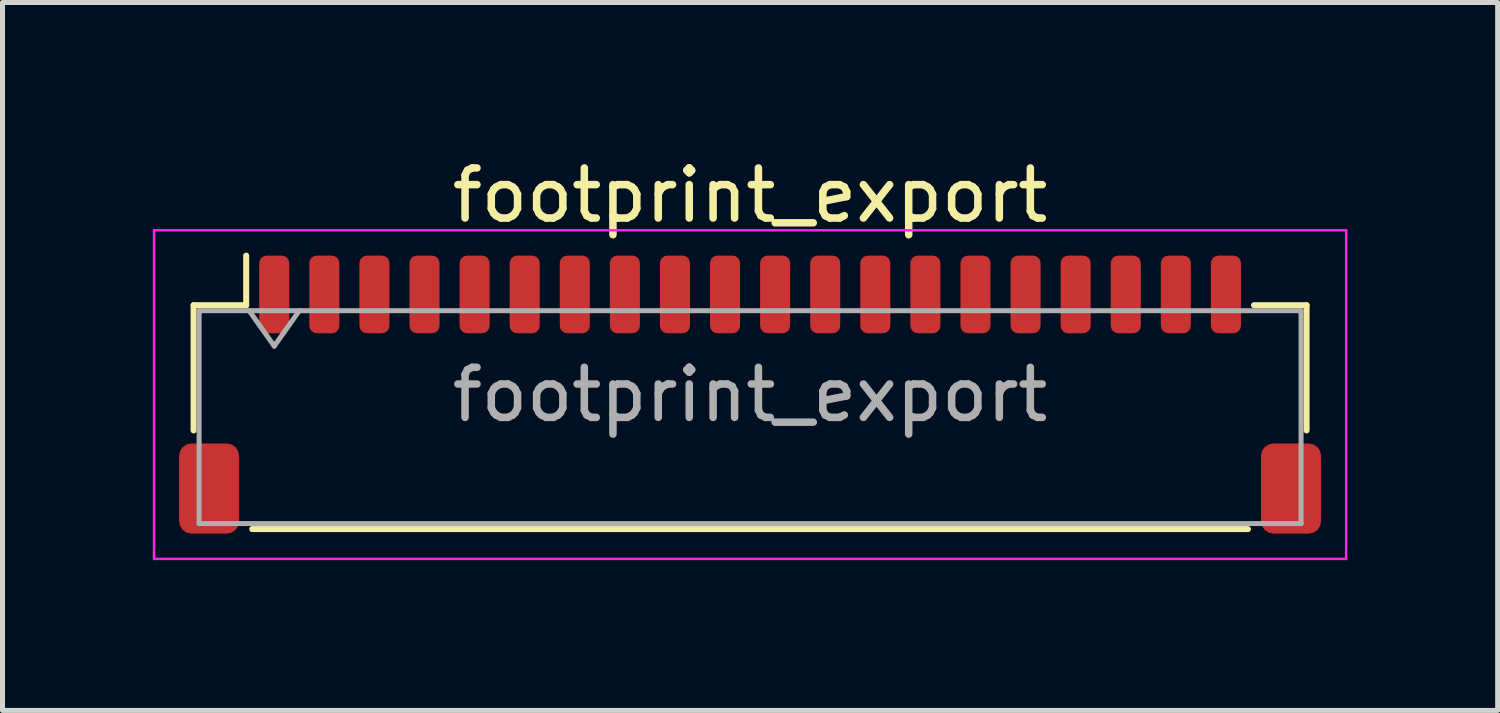
<source format=kicad_pcb>
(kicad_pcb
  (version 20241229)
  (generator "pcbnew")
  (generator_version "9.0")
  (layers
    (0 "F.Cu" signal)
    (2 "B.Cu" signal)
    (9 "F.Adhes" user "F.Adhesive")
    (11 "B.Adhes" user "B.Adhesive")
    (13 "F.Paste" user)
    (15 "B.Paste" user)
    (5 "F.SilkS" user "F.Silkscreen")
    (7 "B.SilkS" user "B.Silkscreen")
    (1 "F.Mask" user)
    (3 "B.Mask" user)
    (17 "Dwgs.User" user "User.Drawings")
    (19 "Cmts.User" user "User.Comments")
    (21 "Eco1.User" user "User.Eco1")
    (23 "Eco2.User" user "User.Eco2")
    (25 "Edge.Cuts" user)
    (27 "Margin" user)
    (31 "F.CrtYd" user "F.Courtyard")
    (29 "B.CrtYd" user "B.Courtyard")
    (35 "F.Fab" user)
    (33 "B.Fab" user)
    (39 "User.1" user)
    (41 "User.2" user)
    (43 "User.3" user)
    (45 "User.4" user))
  (footprint "footprint_export"
    (layer "F.Cu")
    (at 11.925 4.828)
    (property "Reference" "footprint_export" (at 0 -3.98 0) (layer "F.SilkS") (effects (font (size 1 1) (thickness 0.15))))
    (attr smd)
    (fp_line (start -11.11 -1.785) (end -10.06 -1.785) (stroke (width 0.12) (type solid)) (layer "F.SilkS"))
    (fp_line (start -11.11 0.715) (end -11.11 -1.785) (stroke (width 0.12) (type solid)) (layer "F.SilkS"))
    (fp_line (start -10.06 -1.785) (end -10.06 -2.775) (stroke (width 0.12) (type solid)) (layer "F.SilkS"))
    (fp_line (start -9.94 2.685) (end 9.94 2.685) (stroke (width 0.12) (type solid)) (layer "F.SilkS"))
    (fp_line (start 11.11 -1.785) (end 10.06 -1.785) (stroke (width 0.12) (type solid)) (layer "F.SilkS"))
    (fp_line (start 11.11 0.715) (end 11.11 -1.785) (stroke (width 0.12) (type solid)) (layer "F.SilkS"))
    (fp_line (start -11.9 -3.28) (end -11.9 3.28) (stroke (width 0.05) (type solid)) (layer "F.CrtYd"))
    (fp_line (start -11.9 3.28) (end 11.9 3.28) (stroke (width 0.05) (type solid)) (layer "F.CrtYd"))
    (fp_line (start 11.9 -3.28) (end -11.9 -3.28) (stroke (width 0.05) (type solid)) (layer "F.CrtYd"))
    (fp_line (start 11.9 3.28) (end 11.9 -3.28) (stroke (width 0.05) (type solid)) (layer "F.CrtYd"))
    (fp_line (start -11 -1.675) (end -11 2.575) (stroke (width 0.1) (type solid)) (layer "F.Fab"))
    (fp_line (start -11 -1.675) (end 11 -1.675) (stroke (width 0.1) (type solid)) (layer "F.Fab"))
    (fp_line (start -11 2.575) (end 11 2.575) (stroke (width 0.1) (type solid)) (layer "F.Fab"))
    (fp_line (start -10 -1.675) (end -9.5 -0.968) (stroke (width 0.1) (type solid)) (layer "F.Fab"))
    (fp_line (start -9.5 -0.968) (end -9 -1.675) (stroke (width 0.1) (type solid)) (layer "F.Fab"))
    (fp_line (start 11 -1.675) (end 11 2.575) (stroke (width 0.1) (type solid)) (layer "F.Fab"))
    (fp_text user "${REFERENCE}" (at 0 0 0) (layer "F.Fab") (effects (font (size 1 1) (thickness 0.15))))
    (pad "1" smd roundrect (at -9.5 -2) (size 0.6 1.55) (layers "F.Cu" "F.Mask" "F.Paste") (roundrect_rratio 0.25))
    (pad "2" smd roundrect (at -8.5 -2) (size 0.6 1.55) (layers "F.Cu" "F.Mask" "F.Paste") (roundrect_rratio 0.25))
    (pad "3" smd roundrect (at -7.5 -2) (size 0.6 1.55) (layers "F.Cu" "F.Mask" "F.Paste") (roundrect_rratio 0.25))
    (pad "4" smd roundrect (at -6.5 -2) (size 0.6 1.55) (layers "F.Cu" "F.Mask" "F.Paste") (roundrect_rratio 0.25))
    (pad "5" smd roundrect (at -5.5 -2) (size 0.6 1.55) (layers "F.Cu" "F.Mask" "F.Paste") (roundrect_rratio 0.25))
    (pad "6" smd roundrect (at -4.5 -2) (size 0.6 1.55) (layers "F.Cu" "F.Mask" "F.Paste") (roundrect_rratio 0.25))
    (pad "7" smd roundrect (at -3.5 -2) (size 0.6 1.55) (layers "F.Cu" "F.Mask" "F.Paste") (roundrect_rratio 0.25))
    (pad "8" smd roundrect (at -2.5 -2) (size 0.6 1.55) (layers "F.Cu" "F.Mask" "F.Paste") (roundrect_rratio 0.25))
    (pad "9" smd roundrect (at -1.5 -2) (size 0.6 1.55) (layers "F.Cu" "F.Mask" "F.Paste") (roundrect_rratio 0.25))
    (pad "10" smd roundrect (at -0.5 -2) (size 0.6 1.55) (layers "F.Cu" "F.Mask" "F.Paste") (roundrect_rratio 0.25))
    (pad "11" smd roundrect (at 0.5 -2) (size 0.6 1.55) (layers "F.Cu" "F.Mask" "F.Paste") (roundrect_rratio 0.25))
    (pad "12" smd roundrect (at 1.5 -2) (size 0.6 1.55) (layers "F.Cu" "F.Mask" "F.Paste") (roundrect_rratio 0.25))
    (pad "13" smd roundrect (at 2.5 -2) (size 0.6 1.55) (layers "F.Cu" "F.Mask" "F.Paste") (roundrect_rratio 0.25))
    (pad "14" smd roundrect (at 3.5 -2) (size 0.6 1.55) (layers "F.Cu" "F.Mask" "F.Paste") (roundrect_rratio 0.25))
    (pad "15" smd roundrect (at 4.5 -2) (size 0.6 1.55) (layers "F.Cu" "F.Mask" "F.Paste") (roundrect_rratio 0.25))
    (pad "16" smd roundrect (at 5.5 -2) (size 0.6 1.55) (layers "F.Cu" "F.Mask" "F.Paste") (roundrect_rratio 0.25))
    (pad "17" smd roundrect (at 6.5 -2) (size 0.6 1.55) (layers "F.Cu" "F.Mask" "F.Paste") (roundrect_rratio 0.25))
    (pad "18" smd roundrect (at 7.5 -2) (size 0.6 1.55) (layers "F.Cu" "F.Mask" "F.Paste") (roundrect_rratio 0.25))
    (pad "19" smd roundrect (at 8.5 -2) (size 0.6 1.55) (layers "F.Cu" "F.Mask" "F.Paste") (roundrect_rratio 0.25))
    (pad "20" smd roundrect (at 9.5 -2) (size 0.6 1.55) (layers "F.Cu" "F.Mask" "F.Paste") (roundrect_rratio 0.25))
    (pad "MP" smd roundrect (at -10.8 1.875) (size 1.2 1.8) (layers "F.Cu" "F.Mask" "F.Paste") (roundrect_rratio 0.208))
    (pad "MP" smd roundrect (at 10.8 1.875) (size 1.2 1.8) (layers "F.Cu" "F.Mask" "F.Paste") (roundrect_rratio 0.208)))
  (gr_rect
    (start -3 -3)
    (end 26.85 11.133)
    (stroke (width 0.1) (type default))
    (fill no)
    (layer "Edge.Cuts")))
</source>
